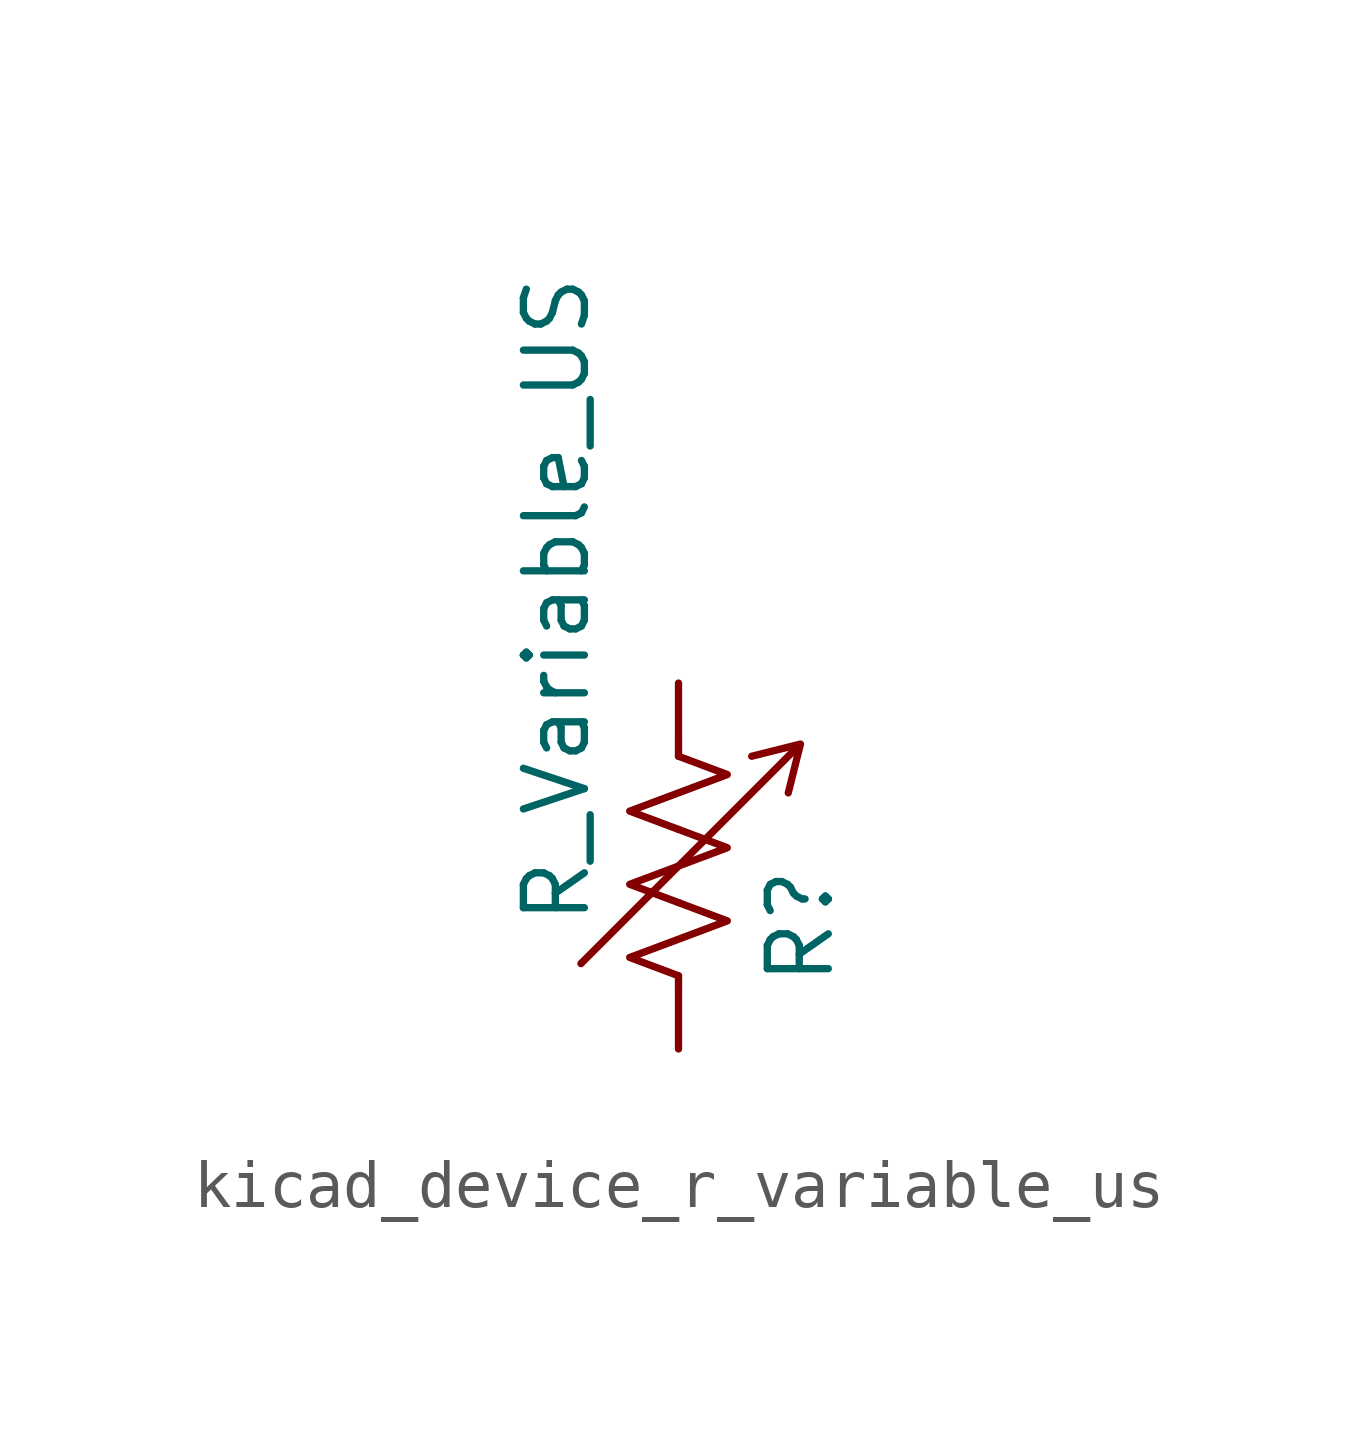
<source format=kicad_sym>
(kicad_symbol_lib
  (version 20220914)
  (generator kicad_symbol_editor)
  (symbol "kicad_device_r_variable_us"
    (pin_numbers hide)
    (pin_names
      (offset 0))
    (property "Reference" "R"
      (at 2.54 -2.54 90)
      (effects (font (size 1.27 1.27)) (justify left)))
    (property "Value" "R_Variable_US"
      (at -2.54 -1.27 90)
      (effects (font (size 1.27 1.27)) (justify left)))
    (symbol "kicad_device_r_variable_us_0_1"
      (polyline (pts (xy 0 -2.286) (xy 0 -2.54)) (stroke (width 0) (type default)) (fill (type none)))
      (polyline (pts (xy 0 2.286) (xy 0 2.54)) (stroke (width 0) (type default)) (fill (type none)))
      (polyline (pts (xy 0 -0.762) (xy 1.016 -1.143) (xy 0 -1.524) (xy -1.016 -1.905) (xy 0 -2.286)) (stroke (width 0) (type default)) (fill (type none)))
      (polyline (pts (xy 0 0.762) (xy 1.016 0.381) (xy 0 0) (xy -1.016 -0.381) (xy 0 -0.762)) (stroke (width 0) (type default)) (fill (type none)))
      (polyline (pts (xy 0 2.286) (xy 1.016 1.905) (xy 0 1.524) (xy -1.016 1.143) (xy 0 0.762)) (stroke (width 0.152) (type default)) (fill (type none)))
      (polyline (pts (xy 2.286 1.524) (xy 2.54 2.54) (xy 1.524 2.286) (xy 2.54 2.54) (xy -2.032 -2.032)) (stroke (width 0.152) (type default)) (fill (type none))))
    (symbol "kicad_device_r_variable_us_1_1"
      (pin passive line (at 0 3.81 270) (length 1.27) (name "~" (effects (font (size 1.27 1.27)))) (number "1" (effects (font (size 1.27 1.27)))))
      (pin passive line (at 0 -3.81 90) (length 1.27) (name "~" (effects (font (size 1.27 1.27)))) (number "2" (effects (font (size 1.27 1.27))))))))
</source>
